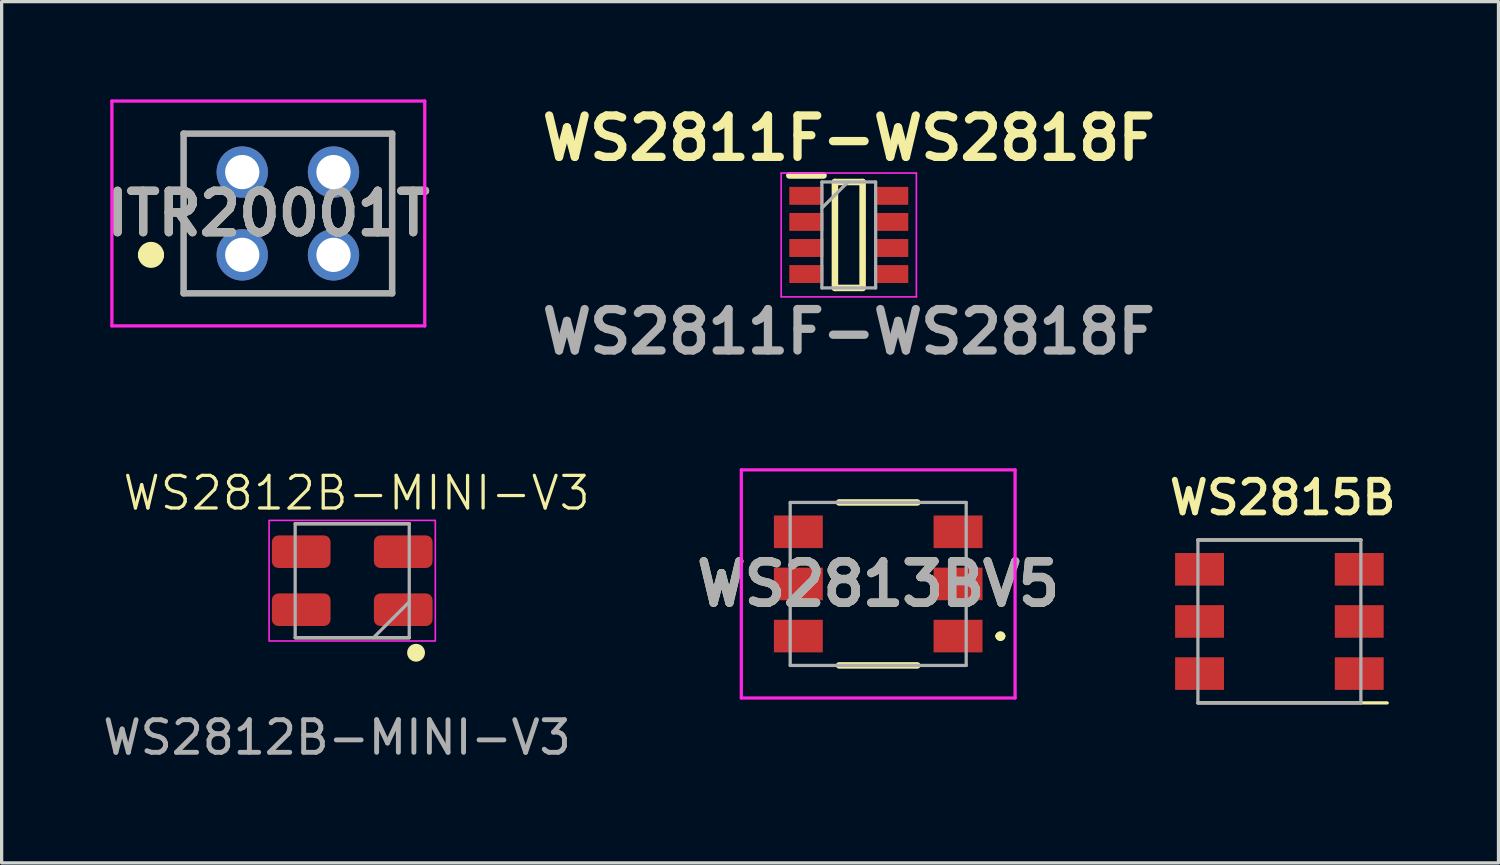
<source format=kicad_pcb>
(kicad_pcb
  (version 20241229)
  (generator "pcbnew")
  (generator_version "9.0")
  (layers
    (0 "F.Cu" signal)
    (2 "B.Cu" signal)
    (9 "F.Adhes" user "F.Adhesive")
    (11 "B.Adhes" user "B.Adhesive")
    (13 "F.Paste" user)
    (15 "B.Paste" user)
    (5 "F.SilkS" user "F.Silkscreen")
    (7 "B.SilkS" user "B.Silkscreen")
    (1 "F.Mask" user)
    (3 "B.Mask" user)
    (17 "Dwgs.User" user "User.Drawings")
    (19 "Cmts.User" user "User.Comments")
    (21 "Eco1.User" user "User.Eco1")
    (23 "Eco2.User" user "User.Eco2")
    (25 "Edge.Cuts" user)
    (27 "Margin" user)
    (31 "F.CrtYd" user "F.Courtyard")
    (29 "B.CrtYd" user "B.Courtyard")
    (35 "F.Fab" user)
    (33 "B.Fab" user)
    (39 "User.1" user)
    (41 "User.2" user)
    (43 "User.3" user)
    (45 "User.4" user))
  (footprint "WS2812B-MINI-V3"
    (layer "F.Cu")
    (at 7.707 14.768)
    (property "Reference" "WS2812B-MINI-V3" (at 0.185 -2.69 0) (unlocked yes) (layer "F.SilkS") (effects (font (size 1 1) (thickness 0.1))))
    (attr smd)
    (fp_line (start 1.8 -1.75) (end -1.7 -1.75) (stroke (width 0.1) (type solid)) (layer "F.SilkS"))
    (fp_line (start 1.8 1.75) (end -1.7 1.75) (stroke (width 0.1) (type solid)) (layer "F.SilkS"))
    (fp_circle (center 2.009 2.21) (end 2.209 2.11) (stroke (width 0.1) (type solid)) (fill yes) (layer "F.SilkS"))
    (fp_rect (start -2.5 -1.85) (end 2.6 1.85) (stroke (width 0.05) (type default)) (fill no) (layer "F.CrtYd"))
    (fp_line (start 0.7 1.75) (end 1.8 0.65) (stroke (width 0.1) (type solid)) (layer "F.Fab"))
    (fp_rect (start -1.7 -1.75) (end 1.8 1.75) (stroke (width 0.1) (type solid)) (fill no) (layer "F.Fab"))
    (fp_text user "${REFERENCE}" (at -0.415 4.81 0) (unlocked yes) (layer "F.Fab") (effects (font (size 1 1) (thickness 0.15))))
    (pad "1" smd roundrect (at -1.515 -0.89) (size 1.8 1) (layers "F.Cu" "F.Mask" "F.Paste") (roundrect_rratio 0.2))
    (pad "2" smd roundrect (at -1.515 0.89) (size 1.8 1) (layers "F.Cu" "F.Mask" "F.Paste") (roundrect_rratio 0.2))
    (pad "3" smd roundrect (at 1.615 0.89) (size 1.8 1) (layers "F.Cu" "F.Mask" "F.Paste") (roundrect_rratio 0.2))
    (pad "4" smd roundrect (at 1.615 -0.89) (size 1.8 1) (layers "F.Cu" "F.Mask" "F.Paste") (roundrect_rratio 0.2)))
  (footprint "WS2811F-WS2818F"
    (layer "F.Cu")
    (at 22.993 4.159)
    (property "Reference" "WS2811F-WS2818F" (at 0 -2.97 0) (layer "F.SilkS") (effects (font (size 1.27 1.27) (thickness 0.254))))
    (attr smd)
    (fp_line (start -1.825 -1.825) (end -0.775 -1.825) (stroke (width 0.2) (type solid)) (layer "F.SilkS"))
    (fp_line (start -0.425 -1.625) (end 0.425 -1.625) (stroke (width 0.2) (type solid)) (layer "F.SilkS"))
    (fp_line (start -0.425 1.625) (end -0.425 -1.625) (stroke (width 0.2) (type solid)) (layer "F.SilkS"))
    (fp_line (start 0.425 -1.625) (end 0.425 1.625) (stroke (width 0.2) (type solid)) (layer "F.SilkS"))
    (fp_line (start 0.425 1.625) (end -0.425 1.625) (stroke (width 0.2) (type solid)) (layer "F.SilkS"))
    (fp_line (start -2.075 -1.9) (end 2.075 -1.9) (stroke (width 0.05) (type solid)) (layer "F.CrtYd"))
    (fp_line (start -2.075 1.9) (end -2.075 -1.9) (stroke (width 0.05) (type solid)) (layer "F.CrtYd"))
    (fp_line (start 2.075 -1.9) (end 2.075 1.9) (stroke (width 0.05) (type solid)) (layer "F.CrtYd"))
    (fp_line (start 2.075 1.9) (end -2.075 1.9) (stroke (width 0.05) (type solid)) (layer "F.CrtYd"))
    (fp_line (start -0.825 -1.625) (end 0.825 -1.625) (stroke (width 0.1) (type solid)) (layer "F.Fab"))
    (fp_line (start -0.825 -0.825) (end -0.025 -1.625) (stroke (width 0.1) (type solid)) (layer "F.Fab"))
    (fp_line (start -0.825 1.625) (end -0.825 -1.625) (stroke (width 0.1) (type solid)) (layer "F.Fab"))
    (fp_line (start 0.825 -1.625) (end 0.825 1.625) (stroke (width 0.1) (type solid)) (layer "F.Fab"))
    (fp_line (start 0.825 1.625) (end -0.825 1.625) (stroke (width 0.1) (type solid)) (layer "F.Fab"))
    (fp_text user "${REFERENCE}" (at 0 2.97 0) (layer "F.Fab") (effects (font (size 1.27 1.27) (thickness 0.254))))
    (pad "1" smd rect (at -1.3 -1.2 90) (size 0.55 1.05) (layers "F.Cu" "F.Mask" "F.Paste"))
    (pad "2" smd rect (at -1.3 -0.4 90) (size 0.55 1.05) (layers "F.Cu" "F.Mask" "F.Paste"))
    (pad "3" smd rect (at -1.3 0.4 90) (size 0.55 1.05) (layers "F.Cu" "F.Mask" "F.Paste"))
    (pad "4" smd rect (at -1.3 1.2 90) (size 0.55 1.05) (layers "F.Cu" "F.Mask" "F.Paste"))
    (pad "5" smd rect (at 1.3 1.2 90) (size 0.55 1.05) (layers "F.Cu" "F.Mask" "F.Paste"))
    (pad "6" smd rect (at 1.3 0.4 90) (size 0.55 1.05) (layers "F.Cu" "F.Mask" "F.Paste"))
    (pad "7" smd rect (at 1.3 -0.4 90) (size 0.55 1.05) (layers "F.Cu" "F.Mask" "F.Paste"))
    (pad "8" smd rect (at 1.3 -1.2 90) (size 0.55 1.05) (layers "F.Cu" "F.Mask" "F.Paste")))
  (footprint "WS2815B"
    (layer "F.Cu")
    (at 36.206 16.018)
    (property "Reference" "WS2815B" (at 0.1 -3.8 0) (layer "F.SilkS") (effects (font (size 1 1) (thickness 0.18) (bold yes))))
    (attr smd)
    (fp_line (start -2.5 -2.5) (end 2.5 -2.5) (stroke (width 0.1) (type solid)) (layer "F.SilkS"))
    (fp_line (start 3.307 2.5) (end -2.5 2.5) (stroke (width 0.1) (type solid)) (layer "F.SilkS"))
    (fp_line (start -2.5 -2.5) (end 2.5 -2.5) (stroke (width 0.1) (type solid)) (layer "F.Fab"))
    (fp_line (start -2.5 2.5) (end -2.5 -2.5) (stroke (width 0.1) (type solid)) (layer "F.Fab"))
    (fp_line (start 2.5 -2.5) (end 2.5 2.5) (stroke (width 0.1) (type solid)) (layer "F.Fab"))
    (fp_line (start 2.5 2.5) (end -2.5 2.5) (stroke (width 0.1) (type solid)) (layer "F.Fab"))
    (pad "1" smd rect (at 2.45 1.6 90) (size 1 1.5) (layers "F.Cu" "F.Mask" "F.Paste"))
    (pad "2" smd rect (at 2.45 0 90) (size 1 1.5) (layers "F.Cu" "F.Mask" "F.Paste"))
    (pad "3" smd rect (at 2.45 -1.6 90) (size 1 1.5) (layers "F.Cu" "F.Mask" "F.Paste"))
    (pad "4" smd rect (at -2.45 -1.6 90) (size 1 1.5) (layers "F.Cu" "F.Mask" "F.Paste"))
    (pad "5" smd rect (at -2.45 0 90) (size 1 1.5) (layers "F.Cu" "F.Mask" "F.Paste"))
    (pad "6" smd rect (at -2.45 1.6 90) (size 1 1.5) (layers "F.Cu" "F.Mask" "F.Paste")))
  (footprint "WS2813BV5"
    (layer "F.Cu")
    (at 23.896 14.867)
    (property "Reference" "WS2813BV5" (at 0 0 0) (layer "F.SilkS") (effects (font (size 1.27 1.27) (thickness 0.254))))
    (attr smd)
    (fp_line (start -1.2 -2.5) (end 1.2 -2.5) (stroke (width 0.2) (type solid)) (layer "F.SilkS"))
    (fp_line (start -1.2 2.5) (end 1.2 2.5) (stroke (width 0.2) (type solid)) (layer "F.SilkS"))
    (fp_line (start 3.7 1.6) (end 3.7 1.6) (stroke (width 0.2) (type solid)) (layer "F.SilkS"))
    (fp_line (start 3.7 1.6) (end 3.7 1.6) (stroke (width 0.2) (type solid)) (layer "F.SilkS"))
    (fp_line (start 3.8 1.6) (end 3.8 1.6) (stroke (width 0.2) (type solid)) (layer "F.SilkS"))
    (fp_arc (start 3.7 1.6) (mid 3.75 1.55) (end 3.8 1.6) (stroke (width 0.2) (type solid)) (layer "F.SilkS"))
    (fp_arc (start 3.8 1.6) (mid 3.75 1.65) (end 3.7 1.6) (stroke (width 0.2) (type solid)) (layer "F.SilkS"))
    (fp_arc (start 3.8 1.6) (mid 3.75 1.65) (end 3.7 1.6) (stroke (width 0.2) (type solid)) (layer "F.SilkS"))
    (fp_line (start -4.2 -3.5) (end 4.2 -3.5) (stroke (width 0.1) (type solid)) (layer "F.CrtYd"))
    (fp_line (start -4.2 3.5) (end -4.2 -3.5) (stroke (width 0.1) (type solid)) (layer "F.CrtYd"))
    (fp_line (start 4.2 -3.5) (end 4.2 3.5) (stroke (width 0.1) (type solid)) (layer "F.CrtYd"))
    (fp_line (start 4.2 3.5) (end -4.2 3.5) (stroke (width 0.1) (type solid)) (layer "F.CrtYd"))
    (fp_line (start -2.7 -2.5) (end -2.7 2.5) (stroke (width 0.1) (type solid)) (layer "F.Fab"))
    (fp_line (start -2.7 2.5) (end 2.7 2.5) (stroke (width 0.1) (type solid)) (layer "F.Fab"))
    (fp_line (start 2.7 -2.5) (end -2.7 -2.5) (stroke (width 0.1) (type solid)) (layer "F.Fab"))
    (fp_line (start 2.7 2.5) (end 2.7 -2.5) (stroke (width 0.1) (type solid)) (layer "F.Fab"))
    (fp_text user "${REFERENCE}" (at 0 0 0) (layer "F.Fab") (effects (font (size 1.27 1.27) (thickness 0.254))))
    (pad "1" smd rect (at 2.45 1.6 90) (size 1 1.5) (layers "F.Cu" "F.Mask" "F.Paste"))
    (pad "2" smd rect (at 2.45 0 90) (size 1 1.5) (layers "F.Cu" "F.Mask" "F.Paste"))
    (pad "3" smd rect (at 2.45 -1.6 90) (size 1 1.5) (layers "F.Cu" "F.Mask" "F.Paste"))
    (pad "4" smd rect (at -2.45 -1.6 90) (size 1 1.5) (layers "F.Cu" "F.Mask" "F.Paste"))
    (pad "5" smd rect (at -2.45 0 90) (size 1 1.5) (layers "F.Cu" "F.Mask" "F.Paste"))
    (pad "6" smd rect (at -2.45 1.6 90) (size 1 1.5) (layers "F.Cu" "F.Mask" "F.Paste")))
  (footprint "ITR20001T"
    (layer "F.Cu")
    (at 4.383 4.77)
    (property "Reference" "ITR20001T" (at 0.8 -1.27 0) (layer "F.SilkS") (effects (font (size 1.27 1.27) (thickness 0.254))))
    (attr through_hole)
    (fp_line (start -3 0) (end -3 0) (stroke (width 0.4) (type solid)) (layer "F.SilkS"))
    (fp_line (start -2.6 0) (end -2.6 0) (stroke (width 0.4) (type solid)) (layer "F.SilkS"))
    (fp_line (start -1.8 -3.72) (end 4.6 -3.72) (stroke (width 0.1) (type solid)) (layer "F.SilkS"))
    (fp_line (start -1.8 1.18) (end -1.8 -3.72) (stroke (width 0.1) (type solid)) (layer "F.SilkS"))
    (fp_line (start 4.6 -3.72) (end 4.6 1.18) (stroke (width 0.1) (type solid)) (layer "F.SilkS"))
    (fp_line (start 4.6 1.18) (end -1.8 1.18) (stroke (width 0.1) (type solid)) (layer "F.SilkS"))
    (fp_arc (start -3 0) (mid -2.8 -0.2) (end -2.6 0) (stroke (width 0.4) (type solid)) (layer "F.SilkS"))
    (fp_arc (start -2.6 0) (mid -2.8 0.2) (end -3 0) (stroke (width 0.4) (type solid)) (layer "F.SilkS"))
    (fp_line (start -4 -4.72) (end 5.6 -4.72) (stroke (width 0.1) (type solid)) (layer "F.CrtYd"))
    (fp_line (start -4 2.18) (end -4 -4.72) (stroke (width 0.1) (type solid)) (layer "F.CrtYd"))
    (fp_line (start 5.6 -4.72) (end 5.6 2.18) (stroke (width 0.1) (type solid)) (layer "F.CrtYd"))
    (fp_line (start 5.6 2.18) (end -4 2.18) (stroke (width 0.1) (type solid)) (layer "F.CrtYd"))
    (fp_line (start -1.8 -3.72) (end 4.6 -3.72) (stroke (width 0.2) (type solid)) (layer "F.Fab"))
    (fp_line (start -1.8 1.18) (end -1.8 -3.72) (stroke (width 0.2) (type solid)) (layer "F.Fab"))
    (fp_line (start 4.6 -3.72) (end 4.6 1.18) (stroke (width 0.2) (type solid)) (layer "F.Fab"))
    (fp_line (start 4.6 1.18) (end -1.8 1.18) (stroke (width 0.2) (type solid)) (layer "F.Fab"))
    (fp_text user "${REFERENCE}" (at 0.8 -1.27 0) (layer "F.Fab") (effects (font (size 1.27 1.27) (thickness 0.254))))
    (pad "1" thru_hole circle (at 0 0) (size 1.575 1.575) (drill 1.05) (layers "*.Cu" "*.Mask"))
    (pad "2" thru_hole circle (at 0 -2.54) (size 1.575 1.575) (drill 1.05) (layers "*.Cu" "*.Mask"))
    (pad "3" thru_hole circle (at 2.8 -2.54) (size 1.575 1.575) (drill 1.05) (layers "*.Cu" "*.Mask"))
    (pad "4" thru_hole circle (at 2.8 0) (size 1.575 1.575) (drill 1.05) (layers "*.Cu" "*.Mask")))
  (gr_rect
    (start -3 -3)
    (end 42.928 23.426)
    (stroke (width 0.1) (type default))
    (fill no)
    (layer "Edge.Cuts")))
</source>
